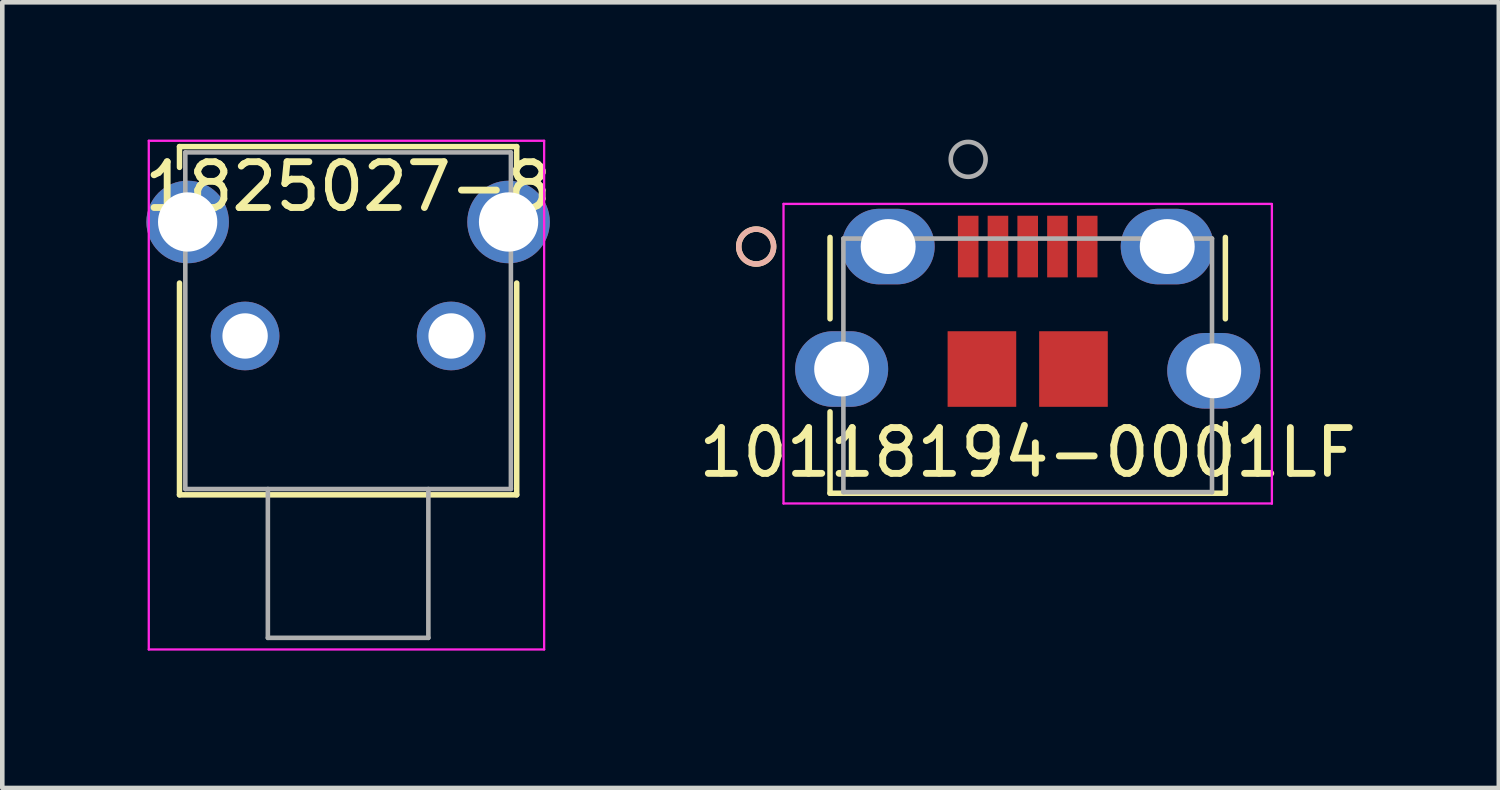
<source format=kicad_pcb>
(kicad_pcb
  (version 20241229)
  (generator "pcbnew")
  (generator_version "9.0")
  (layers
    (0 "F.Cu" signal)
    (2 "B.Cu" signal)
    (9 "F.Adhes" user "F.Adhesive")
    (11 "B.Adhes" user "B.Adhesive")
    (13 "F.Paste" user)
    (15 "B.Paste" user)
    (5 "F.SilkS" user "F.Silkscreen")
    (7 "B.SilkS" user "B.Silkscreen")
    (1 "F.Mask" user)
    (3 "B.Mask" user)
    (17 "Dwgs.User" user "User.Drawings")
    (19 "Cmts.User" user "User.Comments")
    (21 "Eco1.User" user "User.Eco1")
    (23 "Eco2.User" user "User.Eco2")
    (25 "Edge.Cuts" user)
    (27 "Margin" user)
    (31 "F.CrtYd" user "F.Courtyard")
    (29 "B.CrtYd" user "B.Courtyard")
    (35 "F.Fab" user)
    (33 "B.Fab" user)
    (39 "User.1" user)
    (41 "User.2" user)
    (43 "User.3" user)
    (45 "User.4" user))
  (footprint "1825027-8"
    (layer "F.Cu")
    (at 2.304 4.289)
    (property "Reference" "1825027-8" (at 2.25 -3.261 0) (layer "F.SilkS") (effects (font (size 1 1) (thickness 0.15))))
    (attr through_hole)
    (fp_line (start -1.433 -4.137) (end -1.433 -3.683) (stroke (width 0.12) (type solid)) (layer "F.SilkS"))
    (fp_line (start -1.433 -1.156) (end -1.433 3.47) (stroke (width 0.12) (type solid)) (layer "F.SilkS"))
    (fp_line (start -1.433 3.47) (end 5.933 3.47) (stroke (width 0.12) (type solid)) (layer "F.SilkS"))
    (fp_line (start 5.933 -4.137) (end -1.433 -4.137) (stroke (width 0.12) (type solid)) (layer "F.SilkS"))
    (fp_line (start 5.933 -3.683) (end 5.933 -4.137) (stroke (width 0.12) (type solid)) (layer "F.SilkS"))
    (fp_line (start 5.933 3.47) (end 5.933 -1.156) (stroke (width 0.12) (type solid)) (layer "F.SilkS"))
    (fp_line (start -2.104 -4.264) (end -2.104 6.848) (stroke (width 0.05) (type solid)) (layer "F.CrtYd"))
    (fp_line (start -2.104 6.848) (end 6.532 6.848) (stroke (width 0.05) (type solid)) (layer "F.CrtYd"))
    (fp_line (start 6.532 -4.264) (end -2.104 -4.264) (stroke (width 0.05) (type solid)) (layer "F.CrtYd"))
    (fp_line (start 6.532 6.848) (end 6.532 -4.264) (stroke (width 0.05) (type solid)) (layer "F.CrtYd"))
    (fp_line (start -1.306 -4.01) (end -1.306 3.343) (stroke (width 0.1) (type solid)) (layer "F.Fab"))
    (fp_line (start -1.306 3.343) (end 5.806 3.343) (stroke (width 0.1) (type solid)) (layer "F.Fab"))
    (fp_line (start 0.497 3.343) (end 0.497 6.594) (stroke (width 0.1) (type solid)) (layer "F.Fab"))
    (fp_line (start 0.497 6.594) (end 4.003 6.594) (stroke (width 0.1) (type solid)) (layer "F.Fab"))
    (fp_line (start 4.003 3.343) (end 4.003 6.594) (stroke (width 0.1) (type solid)) (layer "F.Fab"))
    (fp_line (start 5.806 -4.01) (end -1.306 -4.01) (stroke (width 0.1) (type solid)) (layer "F.Fab"))
    (fp_line (start 5.806 3.343) (end 5.806 -4.01) (stroke (width 0.1) (type solid)) (layer "F.Fab"))
    (pad "1" thru_hole circle (at 0 0) (size 1.499 1.499) (drill 0.991) (layers "*.Cu" "*.Mask"))
    (pad "2" thru_hole circle (at 4.5 0) (size 1.499 1.499) (drill 0.991) (layers "*.Cu" "*.Mask"))
    (pad "3" thru_hole circle (at -1.255 -2.49) (size 1.803 1.803) (drill 1.295) (layers "*.Cu" "*.Mask"))
    (pad "4" thru_hole circle (at 5.755 -2.49) (size 1.803 1.803) (drill 1.295) (layers "*.Cu" "*.Mask")))
  (footprint "10118194-0001LF"
    (layer "F.Cu")
    (at 19.399 4.93)
    (property "Reference" "10118194-0001LF" (at 0 1.905 0) (layer "F.SilkS") (effects (font (size 1 1) (thickness 0.15))))
    (attr through_hole)
    (fp_line (start -4.318 -2.794) (end -4.318 -1.016) (stroke (width 0.12) (type solid)) (layer "F.SilkS"))
    (fp_line (start -4.318 1.016) (end -4.318 2.794) (stroke (width 0.12) (type solid)) (layer "F.SilkS"))
    (fp_line (start -4.318 2.794) (end 4.318 2.794) (stroke (width 0.12) (type solid)) (layer "F.SilkS"))
    (fp_line (start 4.318 -1.016) (end 4.318 -2.794) (stroke (width 0.12) (type solid)) (layer "F.SilkS"))
    (fp_line (start 4.318 1.27) (end 4.318 2.794) (stroke (width 0.12) (type solid)) (layer "F.SilkS"))
    (fp_circle (center -5.931 -2.594) (end -5.55 -2.594) (stroke (width 0.12) (type solid)) (fill no) (layer "F.SilkS"))
    (fp_circle (center -5.931 -2.594) (end -5.55 -2.594) (stroke (width 0.12) (type solid)) (fill no) (layer "B.SilkS"))
    (fp_line (start -5.334 -3.526) (end -5.334 3.018) (stroke (width 0.05) (type solid)) (layer "F.CrtYd"))
    (fp_line (start -5.334 3.018) (end 5.334 3.018) (stroke (width 0.05) (type solid)) (layer "F.CrtYd"))
    (fp_line (start 5.334 -3.526) (end -5.334 -3.526) (stroke (width 0.05) (type solid)) (layer "F.CrtYd"))
    (fp_line (start 5.334 3.023) (end 5.334 -3.521) (stroke (width 0.05) (type solid)) (layer "F.CrtYd"))
    (fp_line (start -4.026 -2.769) (end -4.026 2.769) (stroke (width 0.1) (type solid)) (layer "F.Fab"))
    (fp_line (start -4.026 2.769) (end 4.026 2.769) (stroke (width 0.1) (type solid)) (layer "F.Fab"))
    (fp_line (start 4.026 -2.769) (end -4.026 -2.769) (stroke (width 0.1) (type solid)) (layer "F.Fab"))
    (fp_line (start 4.026 2.769) (end 4.026 -2.769) (stroke (width 0.1) (type solid)) (layer "F.Fab"))
    (fp_circle (center -1.3 -4.499) (end -0.919 -4.499) (stroke (width 0.1) (type solid)) (fill no) (layer "F.Fab"))
    (pad "1" smd rect (at -1.3 -2.594) (size 0.45 1.346) (layers "F.Cu" "F.Mask" "F.Paste"))
    (pad "2" smd rect (at -0.65 -2.594) (size 0.45 1.346) (layers "F.Cu" "F.Mask" "F.Paste"))
    (pad "3" smd rect (at 0 -2.594) (size 0.45 1.346) (layers "F.Cu" "F.Mask" "F.Paste"))
    (pad "4" smd rect (at 0.65 -2.594) (size 0.45 1.346) (layers "F.Cu" "F.Mask" "F.Paste"))
    (pad "5" smd rect (at 1.3 -2.594) (size 0.45 1.346) (layers "F.Cu" "F.Mask" "F.Paste"))
    (pad "10" smd rect (at -1 0.081) (size 1.499 1.651) (layers "F.Cu" "F.Mask" "F.Paste"))
    (pad "11" smd rect (at 1 0.081) (size 1.499 1.651) (layers "F.Cu" "F.Mask" "F.Paste"))
    (pad "S_1" thru_hole oval (at -4.064 0.081 90) (size 1.651 2.032) (drill 1.2) (layers "*.Cu" "*.Mask"))
    (pad "S_2" thru_hole oval (at 4.064 0.12 90) (size 1.651 2.032) (drill 1.2) (layers "*.Cu" "*.Mask"))
    (pad "S_3" thru_hole oval (at -3.048 -2.594 90) (size 1.651 2.032) (drill 1.2) (layers "*.Cu" "*.Mask"))
    (pad "S_4" thru_hole oval (at 3.048 -2.594 90) (size 1.651 2.032) (drill 1.2) (layers "*.Cu" "*.Mask")))
  (gr_rect
    (start -3 -3)
    (end 29.69 14.162)
    (stroke (width 0.1) (type default))
    (fill no)
    (layer "Edge.Cuts")))
</source>
